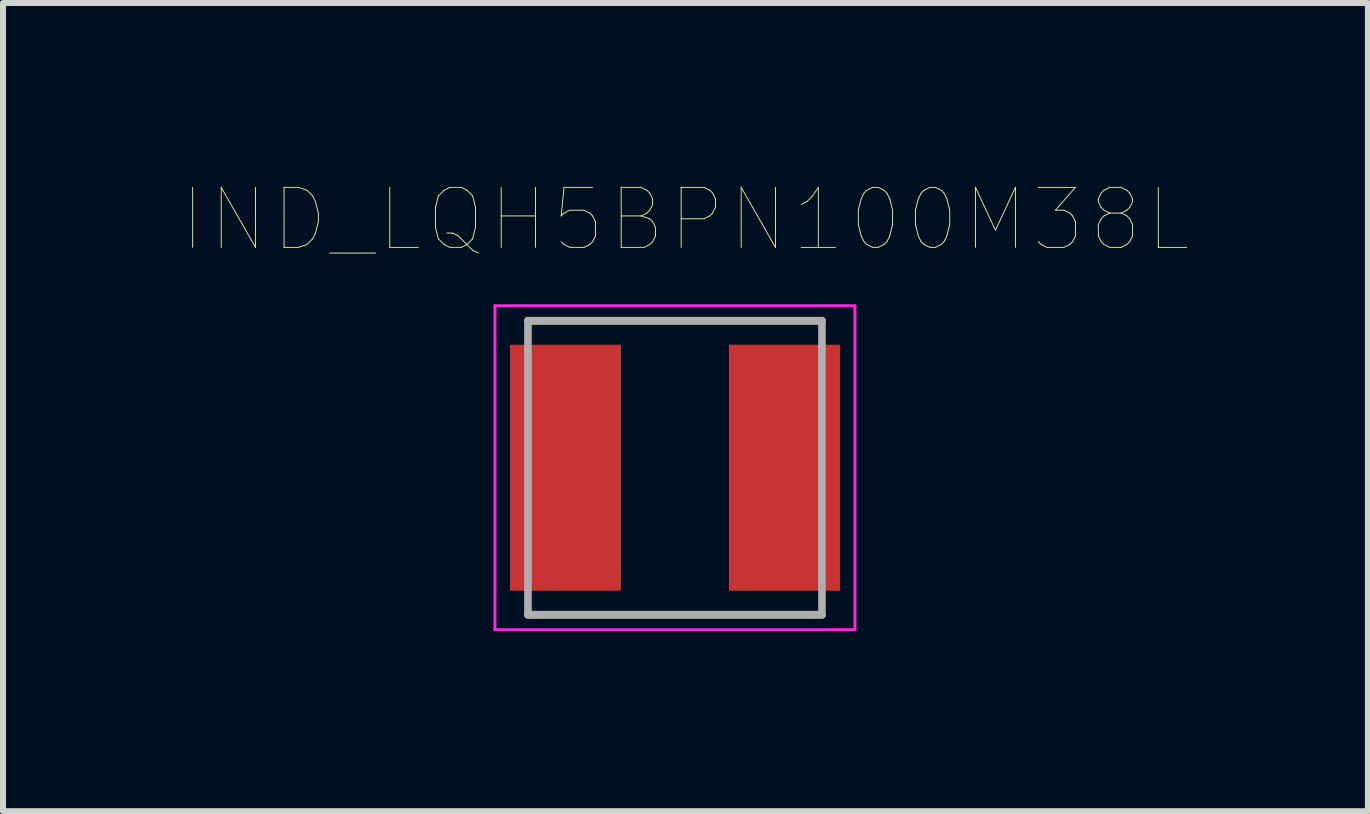
<source format=kicad_pcb>
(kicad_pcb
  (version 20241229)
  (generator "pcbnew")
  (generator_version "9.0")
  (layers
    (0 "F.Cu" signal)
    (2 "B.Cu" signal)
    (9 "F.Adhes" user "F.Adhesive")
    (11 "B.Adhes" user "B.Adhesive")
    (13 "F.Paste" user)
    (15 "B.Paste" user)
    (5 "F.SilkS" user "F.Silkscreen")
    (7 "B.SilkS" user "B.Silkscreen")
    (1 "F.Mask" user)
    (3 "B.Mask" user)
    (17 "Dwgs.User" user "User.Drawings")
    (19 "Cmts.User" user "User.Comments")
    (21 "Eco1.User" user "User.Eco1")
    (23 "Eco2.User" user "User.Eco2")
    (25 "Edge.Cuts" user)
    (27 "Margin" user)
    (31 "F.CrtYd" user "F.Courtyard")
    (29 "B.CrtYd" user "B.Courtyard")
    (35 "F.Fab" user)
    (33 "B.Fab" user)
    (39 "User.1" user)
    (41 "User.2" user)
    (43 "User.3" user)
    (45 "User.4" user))
  (footprint "IND_LQH5BPN100M38L"
    (layer "F.Cu")
    (at 8.2 4.746)
    (property "Reference" "IND_LQH5BPN100M38L" (at 0.175 -4.135 0) (layer "F.SilkS") (effects (font (size 1 1) (thickness 0.015))))
    (attr through_hole)
    (fp_line (start -2.45 -2.45) (end 2.45 -2.45) (stroke (width 0.127) (type solid)) (layer "F.SilkS"))
    (fp_line (start 2.45 2.45) (end -2.45 2.45) (stroke (width 0.127) (type solid)) (layer "F.SilkS"))
    (fp_line (start -3 -2.7) (end 3 -2.7) (stroke (width 0.05) (type solid)) (layer "F.CrtYd"))
    (fp_line (start -3 2.7) (end -3 -2.7) (stroke (width 0.05) (type solid)) (layer "F.CrtYd"))
    (fp_line (start 3 -2.7) (end 3 2.7) (stroke (width 0.05) (type solid)) (layer "F.CrtYd"))
    (fp_line (start 3 2.7) (end -3 2.7) (stroke (width 0.05) (type solid)) (layer "F.CrtYd"))
    (fp_line (start -2.45 -2.45) (end 2.45 -2.45) (stroke (width 0.127) (type solid)) (layer "F.Fab"))
    (fp_line (start -2.45 2.45) (end -2.45 -2.45) (stroke (width 0.127) (type solid)) (layer "F.Fab"))
    (fp_line (start 2.45 -2.45) (end 2.45 2.45) (stroke (width 0.127) (type solid)) (layer "F.Fab"))
    (fp_line (start 2.45 2.45) (end -2.45 2.45) (stroke (width 0.127) (type solid)) (layer "F.Fab"))
    (pad "1" smd rect (at -1.825 0) (size 1.85 4.1) (layers "F.Cu" "F.Mask" "F.Paste"))
    (pad "2" smd rect (at 1.825 0) (size 1.85 4.1) (layers "F.Cu" "F.Mask" "F.Paste")))
  (gr_rect
    (start -3 -3)
    (end 19.75 10.471)
    (stroke (width 0.1) (type default))
    (fill no)
    (layer "Edge.Cuts")))
</source>
